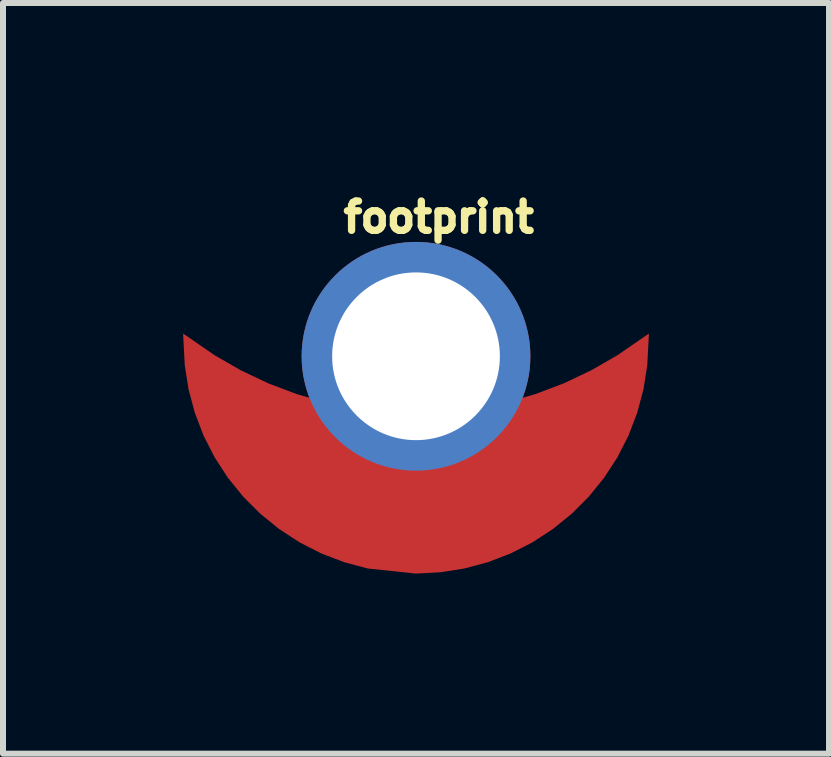
<source format=kicad_pcb>
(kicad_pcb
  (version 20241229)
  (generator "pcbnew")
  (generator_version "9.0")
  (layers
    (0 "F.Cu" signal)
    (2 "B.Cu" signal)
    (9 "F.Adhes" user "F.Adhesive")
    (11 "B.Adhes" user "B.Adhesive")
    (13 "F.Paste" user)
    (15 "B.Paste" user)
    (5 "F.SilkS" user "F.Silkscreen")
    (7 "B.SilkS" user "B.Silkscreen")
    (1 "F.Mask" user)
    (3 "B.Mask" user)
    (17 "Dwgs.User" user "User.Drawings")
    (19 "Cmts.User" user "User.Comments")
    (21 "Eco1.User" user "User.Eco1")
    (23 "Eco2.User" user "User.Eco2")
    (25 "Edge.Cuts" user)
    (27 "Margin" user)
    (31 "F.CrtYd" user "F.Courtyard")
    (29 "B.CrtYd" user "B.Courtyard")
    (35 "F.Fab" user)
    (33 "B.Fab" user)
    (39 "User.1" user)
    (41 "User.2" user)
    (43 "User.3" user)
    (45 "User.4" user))
  (footprint "footprint"
    (layer "F.Cu")
    (at 3.88 2.631)
    (property "Reference" "footprint" (at -1.27 -1.778 0) (layer "F.SilkS") (effects (font (size 0.488 0.488) (thickness 0.122)) (justify left bottom)))
    (fp_poly (pts (xy 3.852 0.405) (xy 3.789 0.805) (xy 3.684 1.197) (xy 3.539 1.576) (xy 3.355 1.937) (xy 3.134 2.277) (xy 2.879 2.592) (xy 2.592 2.879) (xy 2.277 3.134) (xy 1.937 3.355) (xy 1.576 3.539) (xy 1.197 3.684) (xy 0.805 3.789) (xy 0.405 3.852) (xy -0.002 3.874) (xy -0.804 3.789) (xy -1.197 3.684) (xy -1.576 3.539) (xy -1.937 3.355) (xy -2.277 3.134) (xy -2.592 2.879) (xy -2.879 2.592) (xy -3.134 2.277) (xy -3.355 1.937) (xy -3.539 1.576) (xy -3.684 1.197) (xy -3.789 0.805) (xy -3.852 0.405) (xy -3.88 -0.125) (xy -3.356 0.236) (xy -2.918 0.488) (xy -2.461 0.705) (xy -1.988 0.884) (xy -1.502 1.024) (xy -1.007 1.125) (xy -0.505 1.186) (xy 0 1.206) (xy 0.505 1.186) (xy 1.007 1.125) (xy 1.502 1.024) (xy 1.988 0.884) (xy 2.461 0.705) (xy 2.918 0.488) (xy 3.356 0.236) (xy 3.88 -0.125)) (stroke (width 0) (type solid)) (fill yes) (layer "F.Cu"))
    (fp_poly (pts (xy 3.852 0.405) (xy 3.789 0.805) (xy 3.684 1.197) (xy 3.539 1.576) (xy 3.355 1.937) (xy 3.134 2.277) (xy 2.879 2.592) (xy 2.592 2.879) (xy 2.277 3.134) (xy 1.937 3.355) (xy 1.576 3.539) (xy 1.197 3.684) (xy 0.805 3.789) (xy 0.405 3.852) (xy -0.002 3.874) (xy -0.804 3.789) (xy -1.197 3.684) (xy -1.576 3.539) (xy -1.937 3.355) (xy -2.277 3.134) (xy -2.592 2.879) (xy -2.879 2.592) (xy -3.134 2.277) (xy -3.355 1.937) (xy -3.539 1.576) (xy -3.684 1.197) (xy -3.789 0.805) (xy -3.852 0.405) (xy -3.88 -0.125) (xy -3.356 0.236) (xy -2.918 0.488) (xy -2.461 0.705) (xy -1.988 0.884) (xy -1.502 1.024) (xy -1.007 1.125) (xy -0.505 1.186) (xy 0 1.206) (xy 0.505 1.186) (xy 1.007 1.125) (xy 1.502 1.024) (xy 1.988 0.884) (xy 2.461 0.705) (xy 2.918 0.488) (xy 3.356 0.236) (xy 3.88 -0.125)) (stroke (width 0) (type solid)) (fill yes) (layer "F.Mask"))
    (pad "1" thru_hole circle (at 0 0.254) (size 3.81 3.81) (drill 2.794) (layers "*.Cu" "*.Mask")))
  (gr_rect
    (start -3 -3)
    (end 10.76 9.505)
    (stroke (width 0.1) (type default))
    (fill no)
    (layer "Edge.Cuts")))
</source>
